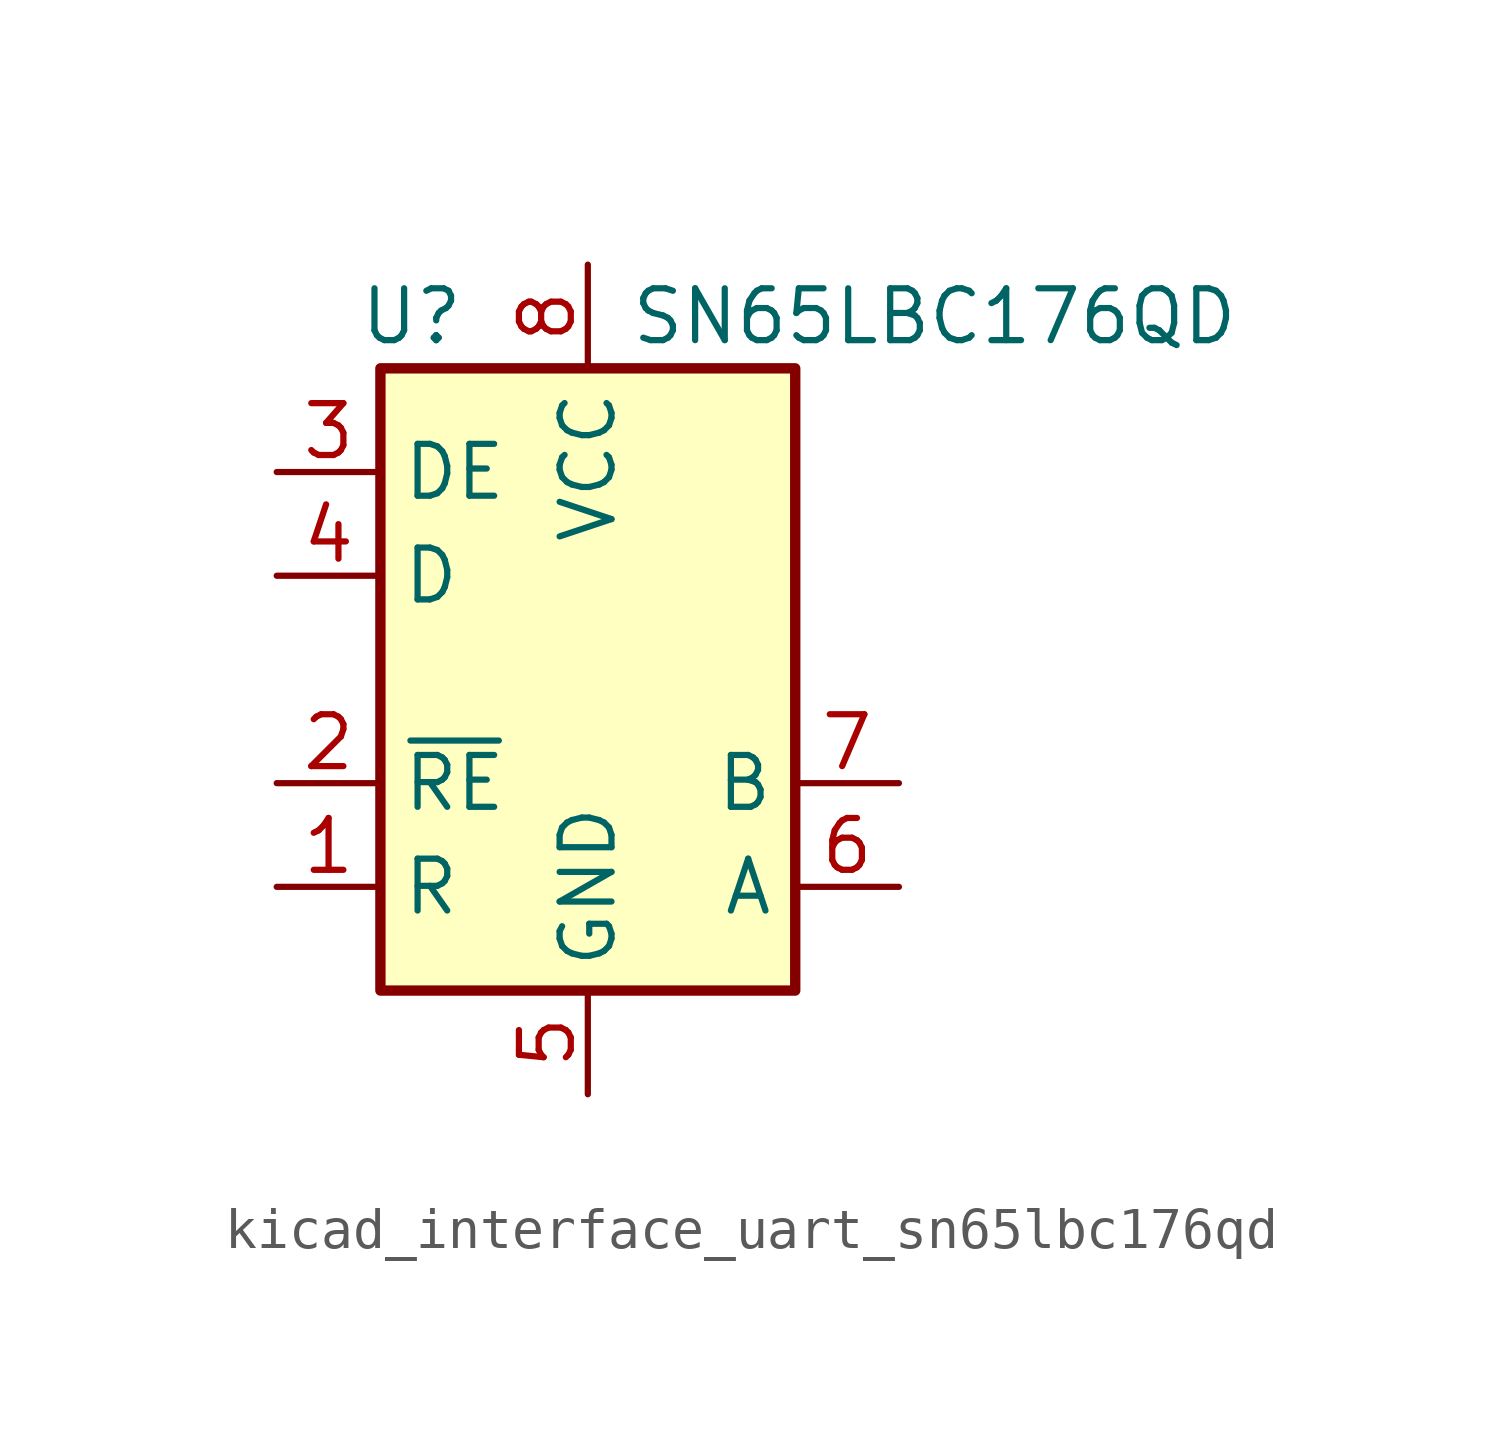
<source format=kicad_sym>
(kicad_symbol_lib
  (version 20220914)
  (generator kicad_symbol_editor)
  (symbol "kicad_interface_uart_sn65lbc176qd"
    (property "Reference" "U"
      (at -4.318 8.89 0)
      (effects (font (size 1.27 1.27))))
    (property "Value" "SN65LBC176QD"
      (at 1.016 8.89 0)
      (effects (font (size 1.27 1.27)) (justify left)))
    (symbol "kicad_interface_uart_sn65lbc176qd_0_1"
      (rectangle (start -5.08 7.62) (end 5.08 -7.62) (stroke (width 0.254) (type default)) (fill (type background))))
    (symbol "kicad_interface_uart_sn65lbc176qd_1_1"
      (pin output line (at -7.62 -5.08 0) (length 2.54) (name "R" (effects (font (size 1.27 1.27)))) (number "1" (effects (font (size 1.27 1.27)))))
      (pin input line (at -7.62 -2.54 0) (length 2.54) (name "~{RE}" (effects (font (size 1.27 1.27)))) (number "2" (effects (font (size 1.27 1.27)))))
      (pin input line (at -7.62 5.08 0) (length 2.54) (name "DE" (effects (font (size 1.27 1.27)))) (number "3" (effects (font (size 1.27 1.27)))))
      (pin input line (at -7.62 2.54 0) (length 2.54) (name "D" (effects (font (size 1.27 1.27)))) (number "4" (effects (font (size 1.27 1.27)))))
      (pin power_in line (at 0 -10.16 90) (length 2.54) (name "GND" (effects (font (size 1.27 1.27)))) (number "5" (effects (font (size 1.27 1.27)))))
      (pin bidirectional line (at 7.62 -5.08 180) (length 2.54) (name "A" (effects (font (size 1.27 1.27)))) (number "6" (effects (font (size 1.27 1.27)))))
      (pin bidirectional line (at 7.62 -2.54 180) (length 2.54) (name "B" (effects (font (size 1.27 1.27)))) (number "7" (effects (font (size 1.27 1.27)))))
      (pin power_in line (at 0 10.16 270) (length 2.54) (name "VCC" (effects (font (size 1.27 1.27)))) (number "8" (effects (font (size 1.27 1.27))))))))
</source>
